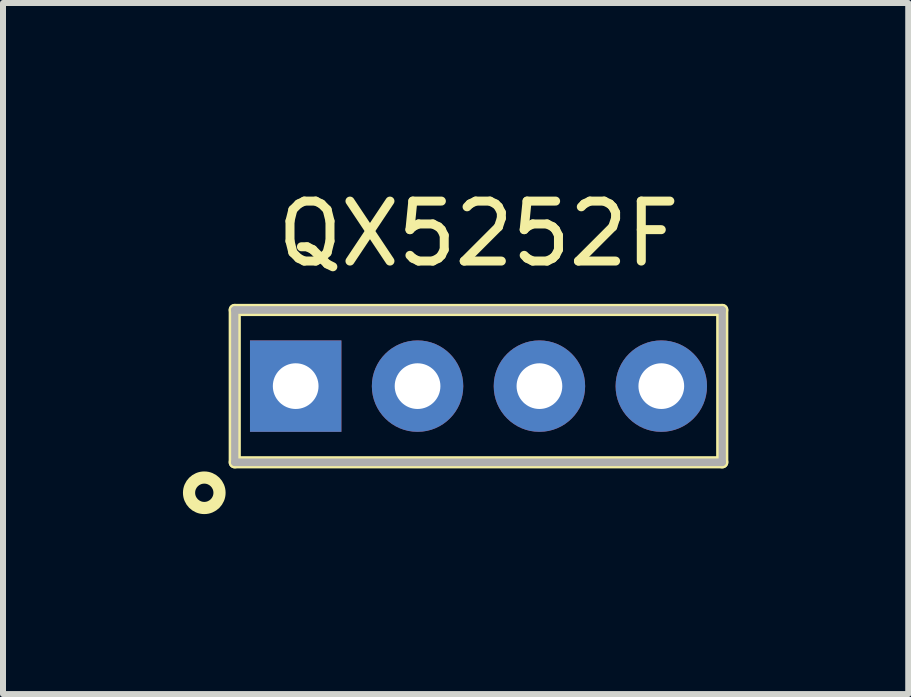
<source format=kicad_pcb>
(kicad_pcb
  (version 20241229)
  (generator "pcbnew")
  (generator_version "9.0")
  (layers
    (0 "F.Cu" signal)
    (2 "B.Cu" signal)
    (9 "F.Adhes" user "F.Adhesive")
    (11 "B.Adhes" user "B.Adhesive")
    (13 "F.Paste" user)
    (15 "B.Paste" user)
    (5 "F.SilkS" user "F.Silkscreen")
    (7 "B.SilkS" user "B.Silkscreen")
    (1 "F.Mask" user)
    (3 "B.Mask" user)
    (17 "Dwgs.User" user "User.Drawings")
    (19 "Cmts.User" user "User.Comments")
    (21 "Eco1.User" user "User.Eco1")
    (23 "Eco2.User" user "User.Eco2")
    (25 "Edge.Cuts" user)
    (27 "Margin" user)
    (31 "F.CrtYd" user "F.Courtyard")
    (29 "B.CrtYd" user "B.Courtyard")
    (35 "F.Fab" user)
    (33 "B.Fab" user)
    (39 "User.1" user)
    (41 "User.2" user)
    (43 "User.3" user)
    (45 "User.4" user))
  (footprint "QX5252F"
    (layer "F.Cu")
    (at 4.928 3.388)
    (property "Reference" "QX5252F" (at 0 -2.54 0) (layer "F.SilkS") (effects (font (size 1 1) (thickness 0.15))))
    (attr through_hole)
    (fp_line (start -4.064 -1.27) (end 4.064 -1.27) (stroke (width 0.203) (type solid)) (layer "F.SilkS"))
    (fp_line (start -4.064 1.27) (end -4.064 -1.27) (stroke (width 0.203) (type solid)) (layer "F.SilkS"))
    (fp_line (start 4.064 -1.27) (end 4.064 1.27) (stroke (width 0.203) (type solid)) (layer "F.SilkS"))
    (fp_line (start 4.064 1.27) (end -4.064 1.27) (stroke (width 0.203) (type solid)) (layer "F.SilkS"))
    (fp_circle (center -4.572 1.778) (end -4.318 1.778) (stroke (width 0.203) (type solid)) (fill no) (layer "F.SilkS"))
    (fp_line (start -4.064 -1.27) (end 4.064 -1.27) (stroke (width 0.127) (type solid)) (layer "F.Fab"))
    (fp_line (start -4.064 1.27) (end -4.064 -1.27) (stroke (width 0.12) (type solid)) (layer "F.Fab"))
    (fp_line (start 4.064 -1.27) (end 4.064 1.27) (stroke (width 0.12) (type solid)) (layer "F.Fab"))
    (fp_line (start 4.064 1.27) (end -4.064 1.27) (stroke (width 0.127) (type solid)) (layer "F.Fab"))
    (pad "1" thru_hole rect (at -3.048 0) (size 1.524 1.524) (drill 0.762) (layers "*.Cu" "*.Mask"))
    (pad "2" thru_hole circle (at -1.016 0) (size 1.524 1.524) (drill 0.762) (layers "*.Cu" "*.Mask"))
    (pad "3" thru_hole circle (at 1.016 0) (size 1.524 1.524) (drill 0.762) (layers "*.Cu" "*.Mask"))
    (pad "4" thru_hole circle (at 3.048 0) (size 1.524 1.524) (drill 0.762) (layers "*.Cu" "*.Mask")))
  (gr_rect
    (start -3 -3)
    (end 12.093 8.522)
    (stroke (width 0.1) (type default))
    (fill no)
    (layer "Edge.Cuts")))
</source>
